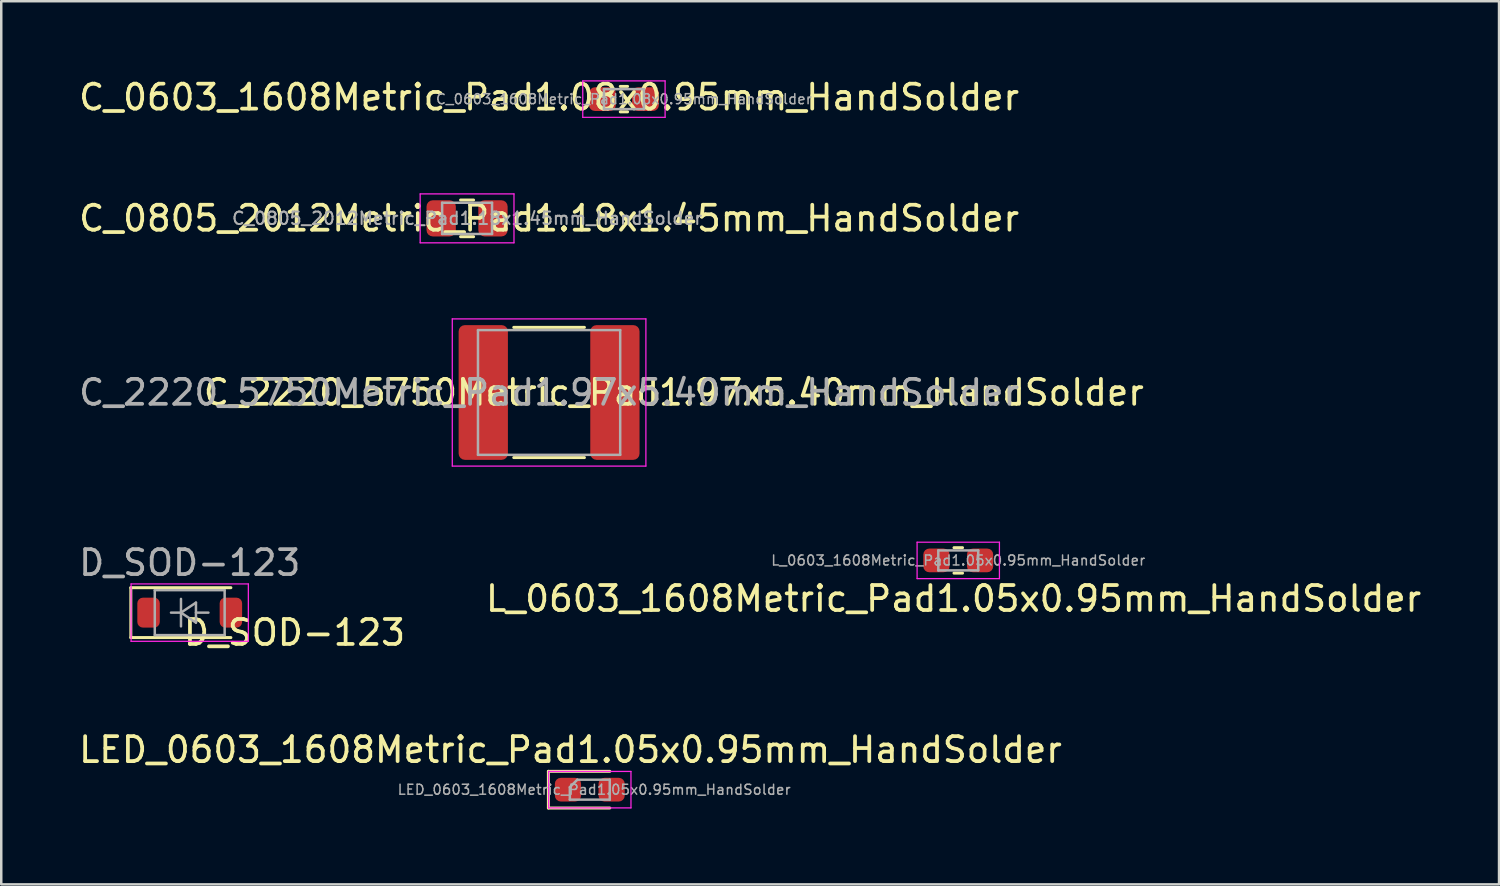
<source format=kicad_pcb>
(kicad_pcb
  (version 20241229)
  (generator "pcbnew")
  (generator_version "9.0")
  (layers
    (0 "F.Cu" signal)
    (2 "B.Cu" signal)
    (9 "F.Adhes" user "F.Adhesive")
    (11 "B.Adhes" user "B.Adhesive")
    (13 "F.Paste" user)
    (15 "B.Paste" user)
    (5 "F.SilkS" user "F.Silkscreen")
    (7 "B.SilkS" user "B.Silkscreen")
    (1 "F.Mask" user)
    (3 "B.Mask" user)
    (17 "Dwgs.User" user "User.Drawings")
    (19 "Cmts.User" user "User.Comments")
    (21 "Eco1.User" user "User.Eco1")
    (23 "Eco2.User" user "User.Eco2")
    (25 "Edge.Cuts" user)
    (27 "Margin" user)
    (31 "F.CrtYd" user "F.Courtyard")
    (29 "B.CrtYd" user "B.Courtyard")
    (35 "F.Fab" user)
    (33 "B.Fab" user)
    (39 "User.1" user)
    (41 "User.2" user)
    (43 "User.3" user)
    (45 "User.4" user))
  (footprint "LED_0603_1608Metric_Pad1.05x0.95mm_HandSolder"
    (layer "F.Cu")
    (at 20.59 28.601)
    (property "Reference" "LED_0603_1608Metric_Pad1.05x0.95mm_HandSolder" (at -0.775 -1.6 180) (layer "F.SilkS") (effects (font (size 1 1) (thickness 0.15))))
    (attr smd)
    (fp_line (start -1.66 -0.735) (end -1.66 0.735) (stroke (width 0.12) (type solid)) (layer "F.SilkS"))
    (fp_line (start -1.66 0.735) (end 0.8 0.735) (stroke (width 0.12) (type solid)) (layer "F.SilkS"))
    (fp_line (start 0.8 -0.735) (end -1.66 -0.735) (stroke (width 0.12) (type solid)) (layer "F.SilkS"))
    (fp_line (start -1.65 -0.73) (end 1.65 -0.73) (stroke (width 0.05) (type solid)) (layer "F.CrtYd"))
    (fp_line (start -1.65 0.73) (end -1.65 -0.73) (stroke (width 0.05) (type solid)) (layer "F.CrtYd"))
    (fp_line (start 1.65 -0.73) (end 1.65 0.73) (stroke (width 0.05) (type solid)) (layer "F.CrtYd"))
    (fp_line (start 1.65 0.73) (end -1.65 0.73) (stroke (width 0.05) (type solid)) (layer "F.CrtYd"))
    (fp_line (start -0.8 -0.1) (end -0.8 0.4) (stroke (width 0.1) (type solid)) (layer "F.Fab"))
    (fp_line (start -0.8 0.4) (end 0.8 0.4) (stroke (width 0.1) (type solid)) (layer "F.Fab"))
    (fp_line (start -0.5 -0.4) (end -0.8 -0.1) (stroke (width 0.1) (type solid)) (layer "F.Fab"))
    (fp_line (start 0.8 -0.4) (end -0.5 -0.4) (stroke (width 0.1) (type solid)) (layer "F.Fab"))
    (fp_line (start 0.8 0.4) (end 0.8 -0.4) (stroke (width 0.1) (type solid)) (layer "F.Fab"))
    (fp_text user "${REFERENCE}" (at 0.175 0 180) (layer "F.Fab") (effects (font (size 0.4 0.4) (thickness 0.06))))
    (pad "1" smd roundrect (at -0.875 0) (size 1.05 0.95) (layers "F.Cu" "F.Mask" "F.Paste") (roundrect_rratio 0.25))
    (pad "2" smd roundrect (at 0.875 0) (size 1.05 0.95) (layers "F.Cu" "F.Mask" "F.Paste") (roundrect_rratio 0.25)))
  (footprint "C_0603_1608Metric_Pad1.08x0.95mm_HandSolder"
    (layer "F.Cu")
    (at 21.958 0.923)
    (property "Reference" "C_0603_1608Metric_Pad1.08x0.95mm_HandSolder" (at -3 -0.075 0) (layer "F.SilkS") (effects (font (size 1 1) (thickness 0.15))))
    (attr smd)
    (fp_line (start -0.146 -0.51) (end 0.146 -0.51) (stroke (width 0.12) (type solid)) (layer "F.SilkS"))
    (fp_line (start -0.146 0.51) (end 0.146 0.51) (stroke (width 0.12) (type solid)) (layer "F.SilkS"))
    (fp_line (start -1.65 -0.73) (end 1.65 -0.73) (stroke (width 0.05) (type solid)) (layer "F.CrtYd"))
    (fp_line (start -1.65 0.73) (end -1.65 -0.73) (stroke (width 0.05) (type solid)) (layer "F.CrtYd"))
    (fp_line (start 1.65 -0.73) (end 1.65 0.73) (stroke (width 0.05) (type solid)) (layer "F.CrtYd"))
    (fp_line (start 1.65 0.73) (end -1.65 0.73) (stroke (width 0.05) (type solid)) (layer "F.CrtYd"))
    (fp_line (start -0.8 -0.4) (end 0.8 -0.4) (stroke (width 0.1) (type solid)) (layer "F.Fab"))
    (fp_line (start -0.8 0.4) (end -0.8 -0.4) (stroke (width 0.1) (type solid)) (layer "F.Fab"))
    (fp_line (start 0.8 -0.4) (end 0.8 0.4) (stroke (width 0.1) (type solid)) (layer "F.Fab"))
    (fp_line (start 0.8 0.4) (end -0.8 0.4) (stroke (width 0.1) (type solid)) (layer "F.Fab"))
    (fp_text user "${REFERENCE}" (at 0 0 0) (layer "F.Fab") (effects (font (size 0.4 0.4) (thickness 0.06))))
    (pad "1" smd roundrect (at -0.863 0 180) (size 1.075 0.95) (layers "F.Cu" "F.Mask" "F.Paste") (roundrect_rratio 0.25))
    (pad "2" smd roundrect (at 0.863 0 180) (size 1.075 0.95) (layers "F.Cu" "F.Mask" "F.Paste") (roundrect_rratio 0.25)))
  (footprint "L_0603_1608Metric_Pad1.05x0.95mm_HandSolder"
    (layer "F.Cu")
    (at 35.358 19.412)
    (property "Reference" "L_0603_1608Metric_Pad1.05x0.95mm_HandSolder" (at -0.188 1.532 0) (layer "F.SilkS") (effects (font (size 1 1) (thickness 0.15))))
    (attr smd)
    (fp_line (start -0.171 -0.51) (end 0.171 -0.51) (stroke (width 0.12) (type solid)) (layer "F.SilkS"))
    (fp_line (start -0.171 0.51) (end 0.171 0.51) (stroke (width 0.12) (type solid)) (layer "F.SilkS"))
    (fp_line (start -1.65 -0.73) (end 1.65 -0.73) (stroke (width 0.05) (type solid)) (layer "F.CrtYd"))
    (fp_line (start -1.65 0.73) (end -1.65 -0.73) (stroke (width 0.05) (type solid)) (layer "F.CrtYd"))
    (fp_line (start 1.65 -0.73) (end 1.65 0.73) (stroke (width 0.05) (type solid)) (layer "F.CrtYd"))
    (fp_line (start 1.65 0.73) (end -1.65 0.73) (stroke (width 0.05) (type solid)) (layer "F.CrtYd"))
    (fp_line (start -0.8 -0.4) (end 0.8 -0.4) (stroke (width 0.1) (type solid)) (layer "F.Fab"))
    (fp_line (start -0.8 0.4) (end -0.8 -0.4) (stroke (width 0.1) (type solid)) (layer "F.Fab"))
    (fp_line (start 0.8 -0.4) (end 0.8 0.4) (stroke (width 0.1) (type solid)) (layer "F.Fab"))
    (fp_line (start 0.8 0.4) (end -0.8 0.4) (stroke (width 0.1) (type solid)) (layer "F.Fab"))
    (fp_text user "${REFERENCE}" (at 0 0 0) (layer "F.Fab") (effects (font (size 0.4 0.4) (thickness 0.06))))
    (pad "1" smd roundrect (at -0.875 0 180) (size 1.05 0.95) (layers "F.Cu" "F.Mask" "F.Paste") (roundrect_rratio 0.25))
    (pad "2" smd roundrect (at 0.875 0 180) (size 1.05 0.95) (layers "F.Cu" "F.Mask" "F.Paste") (roundrect_rratio 0.25)))
  (footprint "C_0805_2012Metric_Pad1.18x1.45mm_HandSolder"
    (layer "F.Cu")
    (at 15.671 5.702)
    (property "Reference" "C_0805_2012Metric_Pad1.18x1.45mm_HandSolder" (at 3.288 0 0) (layer "F.SilkS") (effects (font (size 1 1) (thickness 0.15))))
    (attr smd)
    (fp_line (start -0.261 -0.735) (end 0.261 -0.735) (stroke (width 0.12) (type solid)) (layer "F.SilkS"))
    (fp_line (start -0.261 0.735) (end 0.261 0.735) (stroke (width 0.12) (type solid)) (layer "F.SilkS"))
    (fp_line (start -1.88 -0.98) (end 1.88 -0.98) (stroke (width 0.05) (type solid)) (layer "F.CrtYd"))
    (fp_line (start -1.88 0.98) (end -1.88 -0.98) (stroke (width 0.05) (type solid)) (layer "F.CrtYd"))
    (fp_line (start 1.88 -0.98) (end 1.88 0.98) (stroke (width 0.05) (type solid)) (layer "F.CrtYd"))
    (fp_line (start 1.88 0.98) (end -1.88 0.98) (stroke (width 0.05) (type solid)) (layer "F.CrtYd"))
    (fp_line (start -1 -0.625) (end 1 -0.625) (stroke (width 0.1) (type solid)) (layer "F.Fab"))
    (fp_line (start -1 0.625) (end -1 -0.625) (stroke (width 0.1) (type solid)) (layer "F.Fab"))
    (fp_line (start 1 -0.625) (end 1 0.625) (stroke (width 0.1) (type solid)) (layer "F.Fab"))
    (fp_line (start 1 0.625) (end -1 0.625) (stroke (width 0.1) (type solid)) (layer "F.Fab"))
    (fp_text user "${REFERENCE}" (at 0 0 0) (layer "F.Fab") (effects (font (size 0.5 0.5) (thickness 0.08))))
    (pad "1" smd roundrect (at -1.038 0 180) (size 1.175 1.45) (layers "F.Cu" "F.Mask" "F.Paste") (roundrect_rratio 0.213))
    (pad "2" smd roundrect (at 1.038 0 180) (size 1.175 1.45) (layers "F.Cu" "F.Mask" "F.Paste") (roundrect_rratio 0.213)))
  (footprint "C_2220_5750Metric_Pad1.97x5.40mm_HandSolder"
    (layer "F.Cu")
    (at 18.958 12.681)
    (property "Reference" "C_2220_5750Metric_Pad1.97x5.40mm_HandSolder" (at 5 0 180) (layer "F.SilkS") (effects (font (size 1 1) (thickness 0.15))))
    (attr smd)
    (fp_line (start -1.416 -2.61) (end 1.416 -2.61) (stroke (width 0.12) (type solid)) (layer "F.SilkS"))
    (fp_line (start -1.416 2.61) (end 1.416 2.61) (stroke (width 0.12) (type solid)) (layer "F.SilkS"))
    (fp_line (start -3.88 -2.95) (end 3.88 -2.95) (stroke (width 0.05) (type solid)) (layer "F.CrtYd"))
    (fp_line (start -3.88 2.95) (end -3.88 -2.95) (stroke (width 0.05) (type solid)) (layer "F.CrtYd"))
    (fp_line (start 3.88 -2.95) (end 3.88 2.95) (stroke (width 0.05) (type solid)) (layer "F.CrtYd"))
    (fp_line (start 3.88 2.95) (end -3.88 2.95) (stroke (width 0.05) (type solid)) (layer "F.CrtYd"))
    (fp_line (start -2.85 -2.5) (end 2.85 -2.5) (stroke (width 0.1) (type solid)) (layer "F.Fab"))
    (fp_line (start -2.85 2.5) (end -2.85 -2.5) (stroke (width 0.1) (type solid)) (layer "F.Fab"))
    (fp_line (start 2.85 -2.5) (end 2.85 2.5) (stroke (width 0.1) (type solid)) (layer "F.Fab"))
    (fp_line (start 2.85 2.5) (end -2.85 2.5) (stroke (width 0.1) (type solid)) (layer "F.Fab"))
    (fp_text user "${REFERENCE}" (at 0 0 180) (layer "F.Fab") (effects (font (size 1 1) (thickness 0.15))))
    (pad "1" smd roundrect (at -2.638 0) (size 1.975 5.4) (layers "F.Cu" "F.Mask" "F.Paste") (roundrect_rratio 0.127))
    (pad "2" smd roundrect (at 2.638 0) (size 1.975 5.4) (layers "F.Cu" "F.Mask" "F.Paste") (roundrect_rratio 0.127)))
  (footprint "D_SOD-123"
    (layer "F.Cu")
    (at 4.554 21.505)
    (property "Reference" "D_SOD-123" (at 4.2 0.8 0) (layer "F.SilkS") (effects (font (size 1 1) (thickness 0.15))))
    (attr smd)
    (fp_line (start -2.36 -1) (end -2.36 1) (stroke (width 0.12) (type solid)) (layer "F.SilkS"))
    (fp_line (start -2.36 -1) (end 1.65 -1) (stroke (width 0.12) (type solid)) (layer "F.SilkS"))
    (fp_line (start -2.36 1) (end 1.65 1) (stroke (width 0.12) (type solid)) (layer "F.SilkS"))
    (fp_line (start -2.35 -1.15) (end -2.35 1.15) (stroke (width 0.05) (type solid)) (layer "F.CrtYd"))
    (fp_line (start -2.35 -1.15) (end 2.35 -1.15) (stroke (width 0.05) (type solid)) (layer "F.CrtYd"))
    (fp_line (start 2.35 -1.15) (end 2.35 1.15) (stroke (width 0.05) (type solid)) (layer "F.CrtYd"))
    (fp_line (start 2.35 1.15) (end -2.35 1.15) (stroke (width 0.05) (type solid)) (layer "F.CrtYd"))
    (fp_line (start -1.4 -0.9) (end 1.4 -0.9) (stroke (width 0.1) (type solid)) (layer "F.Fab"))
    (fp_line (start -1.4 0.9) (end -1.4 -0.9) (stroke (width 0.1) (type solid)) (layer "F.Fab"))
    (fp_line (start -0.75 0) (end -0.35 0) (stroke (width 0.1) (type solid)) (layer "F.Fab"))
    (fp_line (start -0.35 0) (end -0.35 -0.55) (stroke (width 0.1) (type solid)) (layer "F.Fab"))
    (fp_line (start -0.35 0) (end -0.35 0.55) (stroke (width 0.1) (type solid)) (layer "F.Fab"))
    (fp_line (start -0.35 0) (end 0.25 -0.4) (stroke (width 0.1) (type solid)) (layer "F.Fab"))
    (fp_line (start 0.25 -0.4) (end 0.25 0.4) (stroke (width 0.1) (type solid)) (layer "F.Fab"))
    (fp_line (start 0.25 0) (end 0.75 0) (stroke (width 0.1) (type solid)) (layer "F.Fab"))
    (fp_line (start 0.25 0.4) (end -0.35 0) (stroke (width 0.1) (type solid)) (layer "F.Fab"))
    (fp_line (start 1.4 -0.9) (end 1.4 0.9) (stroke (width 0.1) (type solid)) (layer "F.Fab"))
    (fp_line (start 1.4 0.9) (end -1.4 0.9) (stroke (width 0.1) (type solid)) (layer "F.Fab"))
    (fp_text user "${REFERENCE}" (at 0 -2 0) (layer "F.Fab") (effects (font (size 1 1) (thickness 0.15))))
    (pad "1" smd roundrect (at -1.65 0) (size 0.9 1.2) (layers "F.Cu" "F.Mask" "F.Paste") (roundrect_rratio 0.25))
    (pad "2" smd roundrect (at 1.65 0) (size 0.9 1.2) (layers "F.Cu" "F.Mask" "F.Paste") (roundrect_rratio 0.25)))
  (gr_rect
    (start -3 -3)
    (end 57.033 32.396)
    (stroke (width 0.1) (type default))
    (fill no)
    (layer "Edge.Cuts")))
</source>
